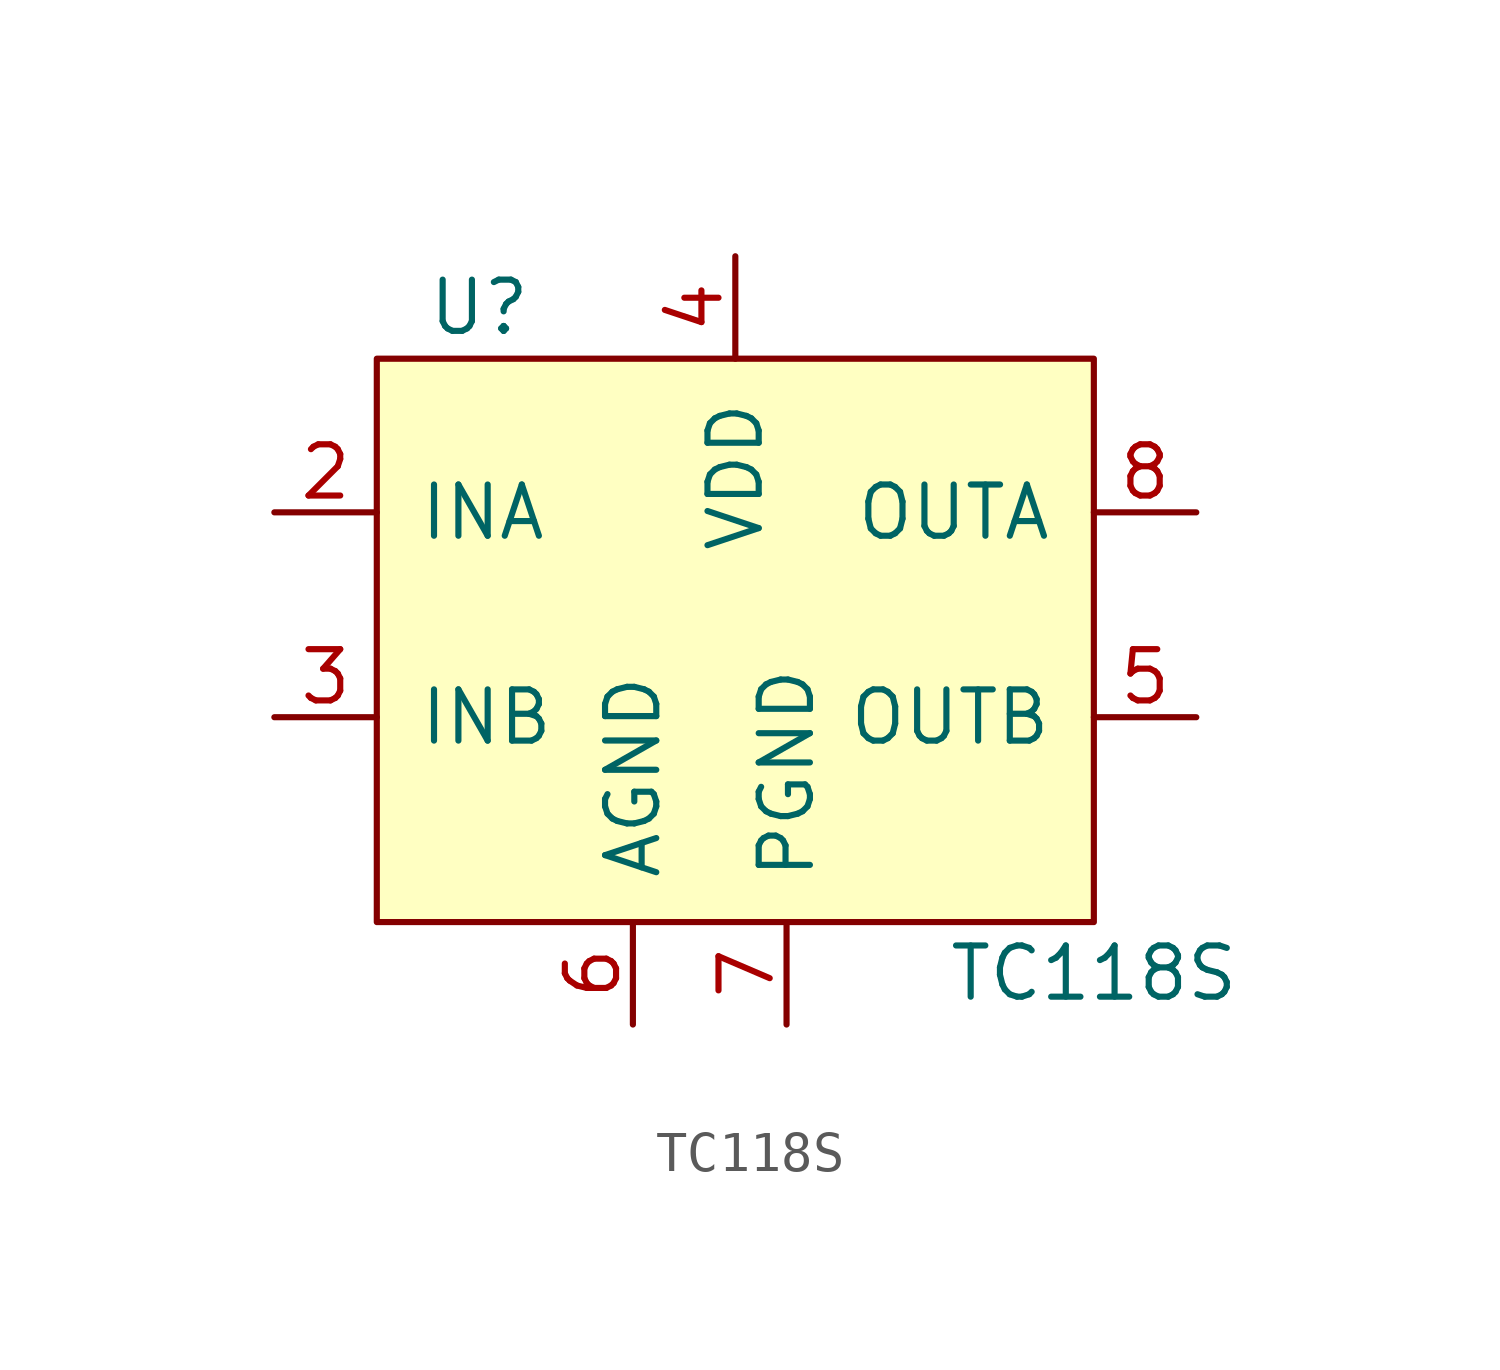
<source format=kicad_sym>
(kicad_symbol_lib
  (version 20211014)
  (generator kicad_symbol_editor)
  (symbol "TC118S"
    (pin_names
      (offset 1.016))
    (property "Reference" "U"
      (at -6.35 7.62 0)
      (effects (font (size 1.27 1.27))))
    (property "Value" "TC118S"
      (at 8.89 -8.89 0)
      (effects (font (size 1.27 1.27))))
    (symbol "TC118S_0_1"
      (rectangle (start -8.89 6.35) (end 8.89 -7.62) (stroke (width 0) (type default) (color 0 0 0 0)) (fill (type background))))
    (symbol "TC118S_1_1"
      (pin input line (at -11.43 2.54 0) (length 2.54) (name "INA" (effects (font (size 1.27 1.27)))) (number "2" (effects (font (size 1.27 1.27)))))
      (pin input line (at -11.43 -2.54 0) (length 2.54) (name "INB" (effects (font (size 1.27 1.27)))) (number "3" (effects (font (size 1.27 1.27)))))
      (pin power_in line (at 0 8.89 270) (length 2.54) (name "VDD" (effects (font (size 1.27 1.27)))) (number "4" (effects (font (size 1.27 1.27)))))
      (pin output line (at 11.43 -2.54 180) (length 2.54) (name "OUTB" (effects (font (size 1.27 1.27)))) (number "5" (effects (font (size 1.27 1.27)))))
      (pin power_in line (at -2.54 -10.16 90) (length 2.54) (name "AGND" (effects (font (size 1.27 1.27)))) (number "6" (effects (font (size 1.27 1.27)))))
      (pin power_in line (at 1.27 -10.16 90) (length 2.54) (name "PGND" (effects (font (size 1.27 1.27)))) (number "7" (effects (font (size 1.27 1.27)))))
      (pin output line (at 11.43 2.54 180) (length 2.54) (name "OUTA" (effects (font (size 1.27 1.27)))) (number "8" (effects (font (size 1.27 1.27))))))))
</source>
